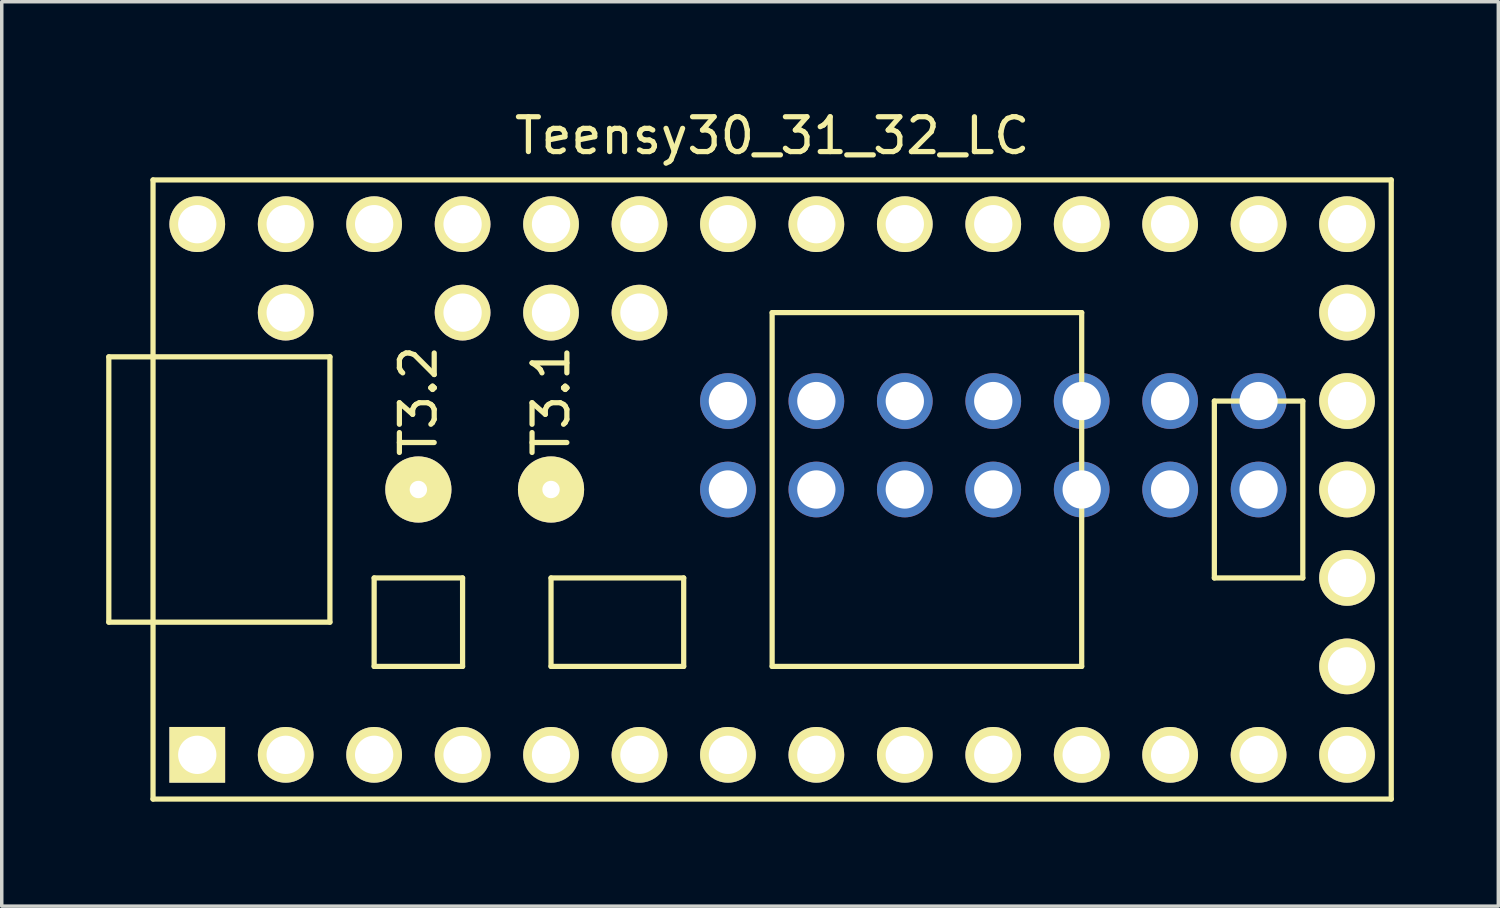
<source format=kicad_pcb>
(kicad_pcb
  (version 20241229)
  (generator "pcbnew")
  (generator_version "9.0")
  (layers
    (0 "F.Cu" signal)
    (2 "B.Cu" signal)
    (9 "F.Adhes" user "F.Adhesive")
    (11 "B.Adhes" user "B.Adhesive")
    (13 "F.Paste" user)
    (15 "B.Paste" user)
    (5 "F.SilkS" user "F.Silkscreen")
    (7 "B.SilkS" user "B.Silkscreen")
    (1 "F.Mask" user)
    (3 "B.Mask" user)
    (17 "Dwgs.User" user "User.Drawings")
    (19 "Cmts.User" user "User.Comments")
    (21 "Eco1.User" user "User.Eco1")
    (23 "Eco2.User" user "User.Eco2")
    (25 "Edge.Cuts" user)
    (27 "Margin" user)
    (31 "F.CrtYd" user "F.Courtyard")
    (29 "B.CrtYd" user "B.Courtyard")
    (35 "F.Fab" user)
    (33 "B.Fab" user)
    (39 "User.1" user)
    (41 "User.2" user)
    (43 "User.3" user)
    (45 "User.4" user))
  (footprint "Teensy30_31_32_LC"
    (layer "F.Cu")
    (at 19.125 11.008)
    (property "Reference" "Teensy30_31_32_LC" (at 0 -10.16 0) (layer "F.SilkS") (effects (font (size 1 1) (thickness 0.15))))
    (attr through_hole)
    (fp_line (start -19.05 -3.81) (end -17.78 -3.81) (stroke (width 0.15) (type solid)) (layer "F.SilkS"))
    (fp_line (start -19.05 3.81) (end -19.05 -3.81) (stroke (width 0.15) (type solid)) (layer "F.SilkS"))
    (fp_line (start -17.78 -8.89) (end 17.78 -8.89) (stroke (width 0.15) (type solid)) (layer "F.SilkS"))
    (fp_line (start -17.78 3.81) (end -19.05 3.81) (stroke (width 0.15) (type solid)) (layer "F.SilkS"))
    (fp_line (start -17.78 8.89) (end -17.78 -8.89) (stroke (width 0.15) (type solid)) (layer "F.SilkS"))
    (fp_line (start -12.7 -3.81) (end -17.78 -3.81) (stroke (width 0.15) (type solid)) (layer "F.SilkS"))
    (fp_line (start -12.7 3.81) (end -17.78 3.81) (stroke (width 0.15) (type solid)) (layer "F.SilkS"))
    (fp_line (start -12.7 3.81) (end -12.7 -3.81) (stroke (width 0.15) (type solid)) (layer "F.SilkS"))
    (fp_line (start -11.43 2.54) (end -11.43 5.08) (stroke (width 0.15) (type solid)) (layer "F.SilkS"))
    (fp_line (start -11.43 5.08) (end -8.89 5.08) (stroke (width 0.15) (type solid)) (layer "F.SilkS"))
    (fp_line (start -8.89 2.54) (end -11.43 2.54) (stroke (width 0.15) (type solid)) (layer "F.SilkS"))
    (fp_line (start -8.89 5.08) (end -8.89 2.54) (stroke (width 0.15) (type solid)) (layer "F.SilkS"))
    (fp_line (start -6.35 2.54) (end -6.35 5.08) (stroke (width 0.15) (type solid)) (layer "F.SilkS"))
    (fp_line (start -6.35 5.08) (end -2.54 5.08) (stroke (width 0.15) (type solid)) (layer "F.SilkS"))
    (fp_line (start -2.54 2.54) (end -6.35 2.54) (stroke (width 0.15) (type solid)) (layer "F.SilkS"))
    (fp_line (start -2.54 5.08) (end -2.54 2.54) (stroke (width 0.15) (type solid)) (layer "F.SilkS"))
    (fp_line (start 0 -5.08) (end 0 5.08) (stroke (width 0.15) (type solid)) (layer "F.SilkS"))
    (fp_line (start 8.89 -5.08) (end 0 -5.08) (stroke (width 0.15) (type solid)) (layer "F.SilkS"))
    (fp_line (start 8.89 5.08) (end 0 5.08) (stroke (width 0.15) (type solid)) (layer "F.SilkS"))
    (fp_line (start 8.89 5.08) (end 8.89 -5.08) (stroke (width 0.15) (type solid)) (layer "F.SilkS"))
    (fp_line (start 12.7 -2.54) (end 15.24 -2.54) (stroke (width 0.15) (type solid)) (layer "F.SilkS"))
    (fp_line (start 12.7 2.54) (end 12.7 -2.54) (stroke (width 0.15) (type solid)) (layer "F.SilkS"))
    (fp_line (start 15.24 -2.54) (end 15.24 2.54) (stroke (width 0.15) (type solid)) (layer "F.SilkS"))
    (fp_line (start 15.24 2.54) (end 12.7 2.54) (stroke (width 0.15) (type solid)) (layer "F.SilkS"))
    (fp_line (start 17.78 -8.89) (end 17.78 8.89) (stroke (width 0.15) (type solid)) (layer "F.SilkS"))
    (fp_line (start 17.78 8.89) (end -17.78 8.89) (stroke (width 0.15) (type solid)) (layer "F.SilkS"))
    (fp_text user "T3.2" (at -10.16 -2.54 90) (layer "F.SilkS") (effects (font (size 1 1) (thickness 0.15))))
    (fp_text user "T3.1" (at -6.35 -2.54 90) (layer "F.SilkS") (effects (font (size 1 1) (thickness 0.15))))
    (pad "1" thru_hole rect (at -16.51 7.62) (size 1.6 1.6) (drill 1.1) (layers "*.Mask" "B.Cu" "F.SilkS"))
    (pad "2" thru_hole circle (at -13.97 7.62) (size 1.6 1.6) (drill 1.1) (layers "*.Mask" "B.Cu" "F.SilkS"))
    (pad "3" thru_hole circle (at -11.43 7.62) (size 1.6 1.6) (drill 1.1) (layers "*.Mask" "B.Cu" "F.SilkS"))
    (pad "4" thru_hole circle (at -8.89 7.62) (size 1.6 1.6) (drill 1.1) (layers "*.Mask" "B.Cu" "F.SilkS"))
    (pad "5" thru_hole circle (at -6.35 7.62) (size 1.6 1.6) (drill 1.1) (layers "*.Mask" "B.Cu" "F.SilkS"))
    (pad "6" thru_hole circle (at -3.81 7.62) (size 1.6 1.6) (drill 1.1) (layers "*.Mask" "B.Cu" "F.SilkS"))
    (pad "7" thru_hole circle (at -1.27 7.62) (size 1.6 1.6) (drill 1.1) (layers "*.Mask" "B.Cu" "F.SilkS"))
    (pad "8" thru_hole circle (at 1.27 7.62) (size 1.6 1.6) (drill 1.1) (layers "*.Mask" "B.Cu" "F.SilkS"))
    (pad "9" thru_hole circle (at 3.81 7.62) (size 1.6 1.6) (drill 1.1) (layers "*.Mask" "B.Cu" "F.SilkS"))
    (pad "10" thru_hole circle (at 6.35 7.62) (size 1.6 1.6) (drill 1.1) (layers "*.Mask" "B.Cu" "F.SilkS"))
    (pad "11" thru_hole circle (at 8.89 7.62) (size 1.6 1.6) (drill 1.1) (layers "*.Mask" "B.Cu" "F.SilkS"))
    (pad "12" thru_hole circle (at 11.43 7.62) (size 1.6 1.6) (drill 1.1) (layers "*.Mask" "B.Cu" "F.SilkS"))
    (pad "13" thru_hole circle (at 13.97 7.62) (size 1.6 1.6) (drill 1.1) (layers "*.Mask" "B.Cu" "F.SilkS"))
    (pad "14" thru_hole circle (at 16.51 7.62) (size 1.6 1.6) (drill 1.1) (layers "*.Mask" "B.Cu" "F.SilkS"))
    (pad "15" thru_hole circle (at 16.51 5.08) (size 1.6 1.6) (drill 1.1) (layers "*.Mask" "B.Cu" "F.SilkS"))
    (pad "16" thru_hole circle (at 16.51 2.54) (size 1.6 1.6) (drill 1.1) (layers "*.Mask" "B.Cu" "F.SilkS"))
    (pad "17" thru_hole circle (at 16.51 0) (size 1.6 1.6) (drill 1.1) (layers "*.Mask" "B.Cu" "F.SilkS"))
    (pad "18" thru_hole circle (at 16.51 -2.54) (size 1.6 1.6) (drill 1.1) (layers "*.Mask" "B.Cu" "F.SilkS"))
    (pad "19" thru_hole circle (at 16.51 -5.08) (size 1.6 1.6) (drill 1.1) (layers "*.Mask" "B.Cu" "F.SilkS"))
    (pad "20" thru_hole circle (at 16.51 -7.62) (size 1.6 1.6) (drill 1.1) (layers "*.Mask" "B.Cu" "F.SilkS"))
    (pad "21" thru_hole circle (at 13.97 -7.62) (size 1.6 1.6) (drill 1.1) (layers "*.Mask" "B.Cu" "F.SilkS"))
    (pad "22" thru_hole circle (at 11.43 -7.62) (size 1.6 1.6) (drill 1.1) (layers "*.Mask" "B.Cu" "F.SilkS"))
    (pad "23" thru_hole circle (at 8.89 -7.62) (size 1.6 1.6) (drill 1.1) (layers "*.Mask" "B.Cu" "F.SilkS"))
    (pad "24" thru_hole circle (at 6.35 -7.62) (size 1.6 1.6) (drill 1.1) (layers "*.Mask" "B.Cu" "F.SilkS"))
    (pad "25" thru_hole circle (at 3.81 -7.62) (size 1.6 1.6) (drill 1.1) (layers "*.Mask" "B.Cu" "F.SilkS"))
    (pad "26" thru_hole circle (at 1.27 -7.62) (size 1.6 1.6) (drill 1.1) (layers "*.Mask" "B.Cu" "F.SilkS"))
    (pad "27" thru_hole circle (at -1.27 -7.62) (size 1.6 1.6) (drill 1.1) (layers "*.Mask" "B.Cu" "F.SilkS"))
    (pad "28" thru_hole circle (at -3.81 -7.62) (size 1.6 1.6) (drill 1.1) (layers "*.Mask" "B.Cu" "F.SilkS"))
    (pad "29" thru_hole circle (at -6.35 -7.62) (size 1.6 1.6) (drill 1.1) (layers "*.Mask" "B.Cu" "F.SilkS"))
    (pad "30" thru_hole circle (at -8.89 -7.62) (size 1.6 1.6) (drill 1.1) (layers "*.Mask" "B.Cu" "F.SilkS"))
    (pad "31" thru_hole circle (at -11.43 -7.62) (size 1.6 1.6) (drill 1.1) (layers "*.Mask" "B.Cu" "F.SilkS"))
    (pad "32" thru_hole circle (at -13.97 -7.62) (size 1.6 1.6) (drill 1.1) (layers "*.Mask" "B.Cu" "F.SilkS"))
    (pad "33" thru_hole circle (at -16.51 -7.62) (size 1.6 1.6) (drill 1.1) (layers "*.Mask" "B.Cu" "F.SilkS"))
    (pad "34" thru_hole circle (at -13.97 -5.08) (size 1.6 1.6) (drill 1.1) (layers "*.Mask" "B.Cu" "F.SilkS"))
    (pad "35" thru_hole circle (at -8.89 -5.08) (size 1.6 1.6) (drill 1.1) (layers "*.Mask" "B.Cu" "F.SilkS"))
    (pad "36" thru_hole circle (at -6.35 -5.08) (size 1.6 1.6) (drill 1.1) (layers "*.Mask" "B.Cu" "F.SilkS"))
    (pad "37" thru_hole circle (at -3.81 -5.08) (size 1.6 1.6) (drill 1.1) (layers "*.Mask" "B.Cu" "F.SilkS"))
    (pad "38" thru_hole circle (at -1.27 0) (size 1.6 1.6) (drill 1.1) (layers "*.Mask" "B.Cu"))
    (pad "39" thru_hole circle (at 1.27 0) (size 1.6 1.6) (drill 1.1) (layers "*.Mask" "B.Cu"))
    (pad "40" thru_hole circle (at 3.81 0) (size 1.6 1.6) (drill 1.1) (layers "*.Mask" "B.Cu"))
    (pad "41" thru_hole circle (at 6.35 0) (size 1.6 1.6) (drill 1.1) (layers "*.Mask" "B.Cu"))
    (pad "42" thru_hole circle (at 8.89 0) (size 1.6 1.6) (drill 1.1) (layers "*.Mask" "B.Cu"))
    (pad "43" thru_hole circle (at 11.43 0) (size 1.6 1.6) (drill 1.1) (layers "*.Mask" "B.Cu"))
    (pad "44" thru_hole circle (at 13.97 0) (size 1.6 1.6) (drill 1.1) (layers "*.Mask" "B.Cu"))
    (pad "45" thru_hole circle (at 13.97 -2.54) (size 1.6 1.6) (drill 1.1) (layers "*.Mask" "B.Cu"))
    (pad "46" thru_hole circle (at 11.43 -2.54) (size 1.6 1.6) (drill 1.1) (layers "*.Mask" "B.Cu"))
    (pad "47" thru_hole circle (at 8.89 -2.54) (size 1.6 1.6) (drill 1.1) (layers "*.Mask" "B.Cu"))
    (pad "48" thru_hole circle (at 6.35 -2.54) (size 1.6 1.6) (drill 1.1) (layers "*.Mask" "B.Cu"))
    (pad "49" thru_hole circle (at 3.81 -2.54) (size 1.6 1.6) (drill 1.1) (layers "*.Mask" "B.Cu"))
    (pad "50" thru_hole circle (at 1.27 -2.54) (size 1.6 1.6) (drill 1.1) (layers "*.Mask" "B.Cu"))
    (pad "51" thru_hole circle (at -1.27 -2.54) (size 1.6 1.6) (drill 1.1) (layers "*.Mask" "B.Cu"))
    (pad "52" thru_hole circle (at -10.16 0) (size 1.9 1.9) (drill 0.5) (layers "*.Mask" "B.Cu" "F.SilkS"))
    (pad "52" thru_hole circle (at -6.35 0) (size 1.9 1.9) (drill 0.5) (layers "*.Mask" "B.Cu" "F.SilkS")))
  (gr_rect
    (start -3 -3)
    (end 39.98 22.973)
    (stroke (width 0.1) (type default))
    (fill no)
    (layer "Edge.Cuts")))
</source>
